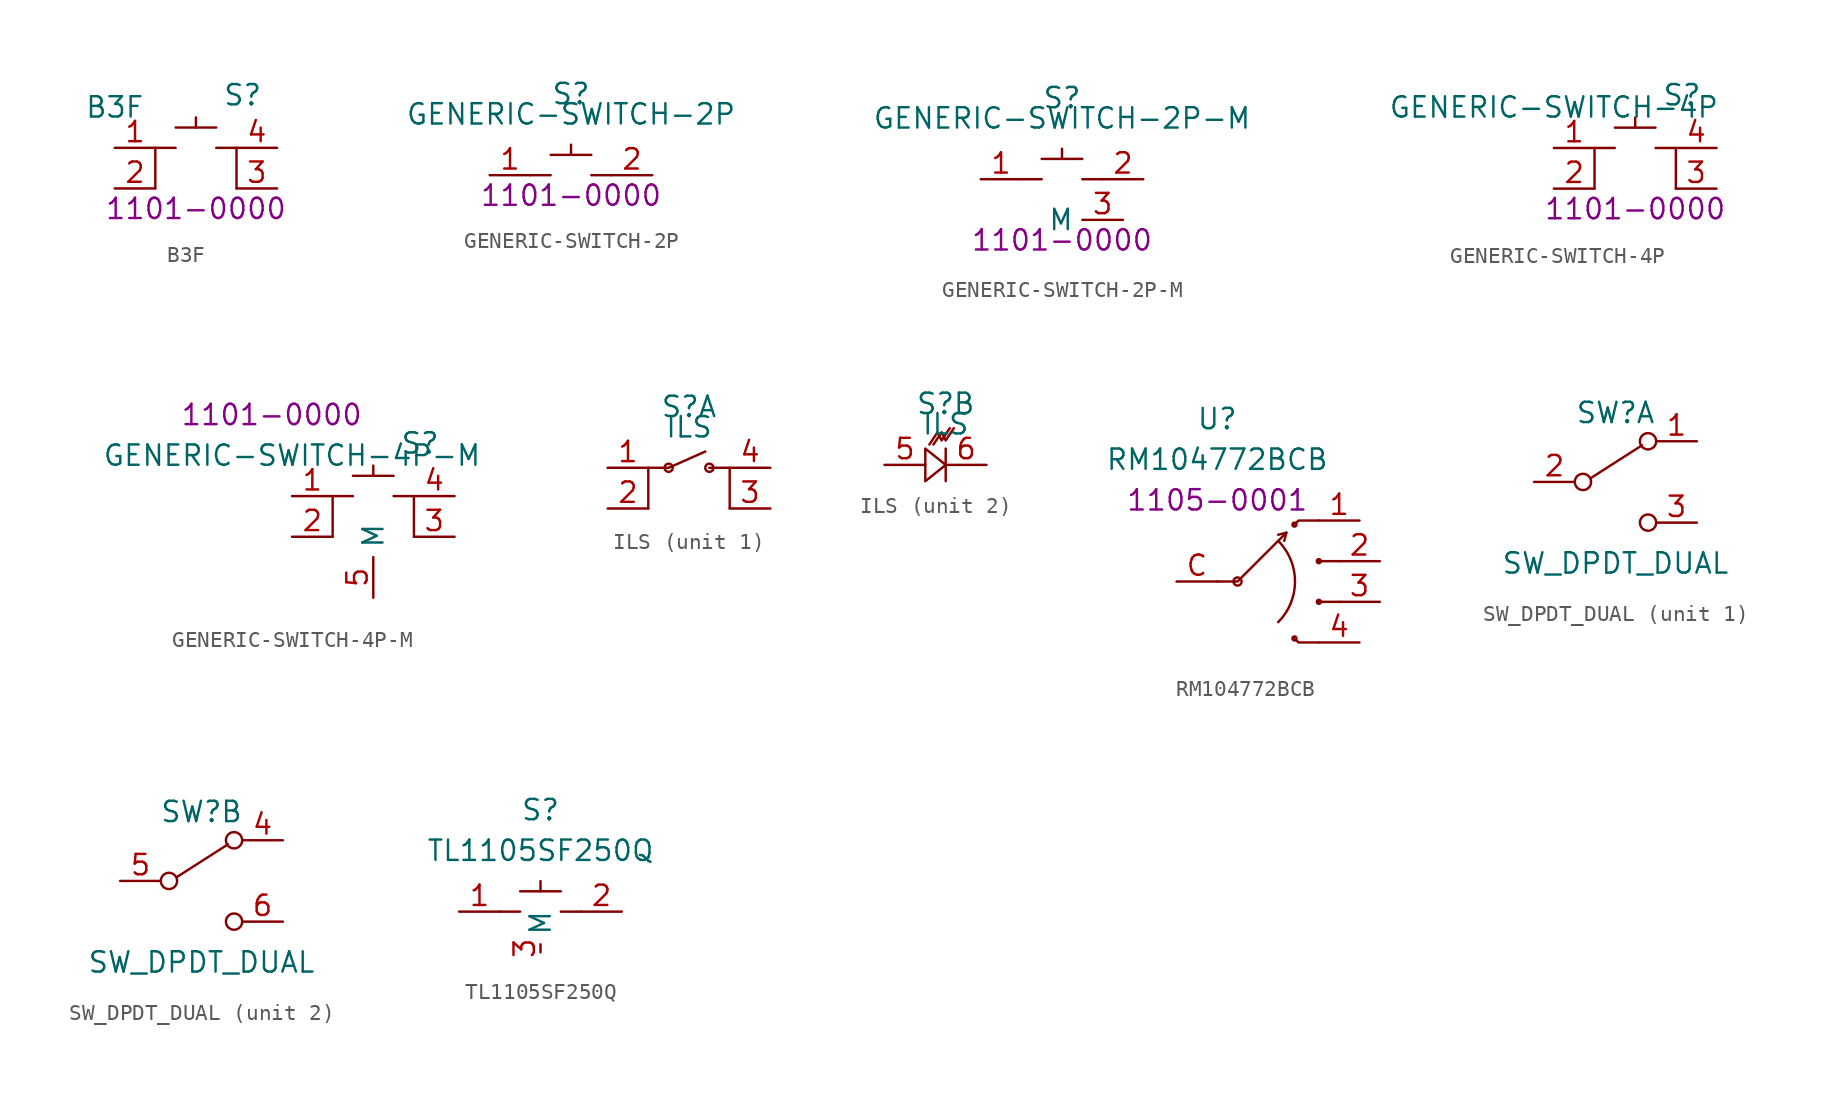
<source format=kicad_sym>
(kicad_symbol_lib
  (version 20220914)
  (generator kicad_symbol_editor)
  (symbol "B3F"
    (property "Reference" "S"
      (at 2.921 3.302 0)
      (effects (font (size 1.27 1.27))))
    (property "Value" "B3F"
      (at -5.08 2.54 0)
      (effects (font (size 1.27 1.27))))
    (property "PartNumber" "1101-0000"
      (at 0 -3.81 0)
      (effects (font (size 1.27 1.27))))
    (symbol "B3F_0_0"
      (polyline (pts (xy -1.27 1.27) (xy 1.27 1.27)) (stroke (width 0) (type default)) (fill (type none)))
      (polyline (pts (xy 0 1.27) (xy 0 1.905)) (stroke (width 0) (type default)) (fill (type none)))
      (polyline (pts (xy -1.27 0) (xy -2.54 0) (xy -2.54 -2.54)) (stroke (width 0) (type default)) (fill (type none)))
      (polyline (pts (xy 1.27 0) (xy 2.54 0) (xy 2.54 -2.54)) (stroke (width 0) (type default)) (fill (type none)))
      (pin passive line (at -5.08 0 0) (length 2.54) (name "~" (effects (font (size 1.27 1.27)))) (number "1" (effects (font (size 1.27 1.27)))))
      (pin passive line (at -5.08 -2.54 0) (length 2.54) (name "~" (effects (font (size 1.27 1.27)))) (number "2" (effects (font (size 1.27 1.27)))))
      (pin passive line (at 5.08 -2.54 180) (length 2.54) (name "~" (effects (font (size 1.27 1.27)))) (number "3" (effects (font (size 1.27 1.27)))))
      (pin passive line (at 5.08 0 180) (length 2.54) (name "~" (effects (font (size 1.27 1.27)))) (number "4" (effects (font (size 1.27 1.27)))))))
  (symbol "GENERIC-SWITCH-2P"
    (property "Reference" "S"
      (at 0 5.08 0)
      (effects (font (size 1.27 1.27))))
    (property "Value" "GENERIC-SWITCH-2P"
      (at 0 3.81 0)
      (effects (font (size 1.27 1.27))))
    (property "PartNumber" "1101-0000"
      (at 0 -1.27 0)
      (effects (font (size 1.27 1.27))))
    (symbol "GENERIC-SWITCH-2P_0_0"
      (polyline (pts (xy -2.54 0) (xy -1.27 0)) (stroke (width 0) (type default)) (fill (type none)))
      (polyline (pts (xy -1.27 1.27) (xy 1.27 1.27)) (stroke (width 0) (type default)) (fill (type none)))
      (polyline (pts (xy 0 1.27) (xy 0 1.905)) (stroke (width 0) (type default)) (fill (type none)))
      (polyline (pts (xy 2.54 0) (xy 1.27 0)) (stroke (width 0) (type default)) (fill (type none)))
      (pin passive line (at -5.08 0 0) (length 2.54) (name "~" (effects (font (size 1.27 1.27)))) (number "1" (effects (font (size 1.27 1.27)))))
      (pin passive line (at 5.08 0 180) (length 2.54) (name "~" (effects (font (size 1.27 1.27)))) (number "2" (effects (font (size 1.27 1.27)))))))
  (symbol "GENERIC-SWITCH-2P-M"
    (property "Reference" "S"
      (at 0 5.08 0)
      (effects (font (size 1.27 1.27))))
    (property "Value" "GENERIC-SWITCH-2P-M"
      (at 0 3.81 0)
      (effects (font (size 1.27 1.27))))
    (property "PartNumber" "1101-0000"
      (at 0 -3.81 0)
      (effects (font (size 1.27 1.27))))
    (symbol "GENERIC-SWITCH-2P-M_0_0"
      (polyline (pts (xy -2.54 0) (xy -1.27 0)) (stroke (width 0) (type default)) (fill (type none)))
      (polyline (pts (xy -1.27 1.27) (xy 1.27 1.27)) (stroke (width 0) (type default)) (fill (type none)))
      (polyline (pts (xy 0 1.27) (xy 0 1.905)) (stroke (width 0) (type default)) (fill (type none)))
      (polyline (pts (xy 2.54 0) (xy 1.27 0)) (stroke (width 0) (type default)) (fill (type none)))
      (pin passive line (at -5.08 0 0) (length 2.54) (name "~" (effects (font (size 1.27 1.27)))) (number "1" (effects (font (size 1.27 1.27)))))
      (pin passive line (at 5.08 0 180) (length 2.54) (name "~" (effects (font (size 1.27 1.27)))) (number "2" (effects (font (size 1.27 1.27)))))
      (pin passive line (at 3.81 -2.54 180) (length 2.54) (name "M" (effects (font (size 1.27 1.27)))) (number "3" (effects (font (size 1.27 1.27)))))))
  (symbol "GENERIC-SWITCH-4P"
    (property "Reference" "S"
      (at 2.921 3.302 0)
      (effects (font (size 1.27 1.27))))
    (property "Value" "GENERIC-SWITCH-4P"
      (at -5.08 2.54 0)
      (effects (font (size 1.27 1.27))))
    (property "PartNumber" "1101-0000"
      (at 0 -3.81 0)
      (effects (font (size 1.27 1.27))))
    (symbol "GENERIC-SWITCH-4P_0_0"
      (polyline (pts (xy -1.27 1.27) (xy 1.27 1.27)) (stroke (width 0) (type default)) (fill (type none)))
      (polyline (pts (xy 0 1.27) (xy 0 1.905)) (stroke (width 0) (type default)) (fill (type none)))
      (polyline (pts (xy -1.27 0) (xy -2.54 0) (xy -2.54 -2.54)) (stroke (width 0) (type default)) (fill (type none)))
      (polyline (pts (xy 1.27 0) (xy 2.54 0) (xy 2.54 -2.54)) (stroke (width 0) (type default)) (fill (type none)))
      (pin passive line (at -5.08 0 0) (length 2.54) (name "~" (effects (font (size 1.27 1.27)))) (number "1" (effects (font (size 1.27 1.27)))))
      (pin passive line (at -5.08 -2.54 0) (length 2.54) (name "~" (effects (font (size 1.27 1.27)))) (number "2" (effects (font (size 1.27 1.27)))))
      (pin passive line (at 5.08 -2.54 180) (length 2.54) (name "~" (effects (font (size 1.27 1.27)))) (number "3" (effects (font (size 1.27 1.27)))))
      (pin passive line (at 5.08 0 180) (length 2.54) (name "~" (effects (font (size 1.27 1.27)))) (number "4" (effects (font (size 1.27 1.27)))))))
  (symbol "GENERIC-SWITCH-4P-M"
    (property "Reference" "S"
      (at 2.921 3.302 0)
      (effects (font (size 1.27 1.27))))
    (property "Value" "GENERIC-SWITCH-4P-M"
      (at -5.08 2.54 0)
      (effects (font (size 1.27 1.27))))
    (property "PartNumber" "1101-0000"
      (at -6.35 5.08 0)
      (effects (font (size 1.27 1.27))))
    (symbol "GENERIC-SWITCH-4P-M_0_0"
      (polyline (pts (xy -1.27 1.27) (xy 1.27 1.27)) (stroke (width 0) (type default)) (fill (type none)))
      (polyline (pts (xy 0 1.27) (xy 0 1.905)) (stroke (width 0) (type default)) (fill (type none)))
      (polyline (pts (xy -1.27 0) (xy -2.54 0) (xy -2.54 -2.54)) (stroke (width 0) (type default)) (fill (type none)))
      (polyline (pts (xy 1.27 0) (xy 2.54 0) (xy 2.54 -2.54)) (stroke (width 0) (type default)) (fill (type none)))
      (pin passive line (at -5.08 0 0) (length 2.54) (name "~" (effects (font (size 1.27 1.27)))) (number "1" (effects (font (size 1.27 1.27)))))
      (pin passive line (at -5.08 -2.54 0) (length 2.54) (name "~" (effects (font (size 1.27 1.27)))) (number "2" (effects (font (size 1.27 1.27)))))
      (pin passive line (at 5.08 -2.54 180) (length 2.54) (name "~" (effects (font (size 1.27 1.27)))) (number "3" (effects (font (size 1.27 1.27)))))
      (pin passive line (at 5.08 0 180) (length 2.54) (name "~" (effects (font (size 1.27 1.27)))) (number "4" (effects (font (size 1.27 1.27)))))
      (pin passive line (at 0 -6.35 90) (length 2.54) (name "M" (effects (font (size 1.27 1.27)))) (number "5" (effects (font (size 1.27 1.27)))))))
  (symbol "ILS"
    (pin_names
      (offset 0.254))
    (property "Reference" "S"
      (at 0 3.81 0)
      (effects (font (size 1.27 1.27))))
    (property "Value" "ILS"
      (at 0 2.54 0)
      (effects (font (size 1.27 1.27))))
    (property "PartNumber" ""
      (at 0 0 0)
      (effects (font (size 1.27 1.27))))
    (property "ki_locked" ""
      (at 0 0 0)
      (effects (font (size 1.27 1.27))))
    (symbol "ILS_1_0"
      (polyline (pts (xy -1.27 0) (xy -2.54 0) (xy -2.54 -2.54)) (stroke (width 0) (type default)) (fill (type none)))
      (polyline (pts (xy 1.27 0) (xy 2.54 0) (xy 2.54 -2.54)) (stroke (width 0) (type default)) (fill (type none)))
      (pin passive line (at -5.08 0 0) (length 2.54) (name "~" (effects (font (size 1.27 1.27)))) (number "1" (effects (font (size 1.27 1.27)))))
      (pin passive line (at -5.08 -2.54 0) (length 2.54) (name "~" (effects (font (size 1.27 1.27)))) (number "2" (effects (font (size 1.27 1.27)))))
      (pin passive line (at 5.08 -2.54 180) (length 2.54) (name "~" (effects (font (size 1.27 1.27)))) (number "3" (effects (font (size 1.27 1.27)))))
      (pin passive line (at 5.08 0 180) (length 2.54) (name "~" (effects (font (size 1.27 1.27)))) (number "4" (effects (font (size 1.27 1.27))))))
    (symbol "ILS_1_1"
      (circle (center -1.27 0) (radius 0.254) (stroke (width 0) (type default)) (fill (type none)))
      (polyline (pts (xy -1.27 0) (xy 1.016 1.016)) (stroke (width 0) (type default)) (fill (type none)))
      (circle (center 1.27 0) (radius 0.254) (stroke (width 0) (type default)) (fill (type none))))
    (symbol "ILS_2_0"
      (pin passive line (at -3.81 0 0) (length 2.54) (name "~" (effects (font (size 1.27 1.27)))) (number "5" (effects (font (size 1.27 1.27)))))
      (pin passive line (at 2.54 0 180) (length 2.54) (name "~" (effects (font (size 1.27 1.27)))) (number "6" (effects (font (size 1.27 1.27))))))
    (symbol "ILS_2_1"
      (polyline (pts (xy 0 1.016) (xy 0 -1.016)) (stroke (width 0) (type default)) (fill (type none)))
      (polyline (pts (xy -1.27 1.016) (xy -1.27 -1.016) (xy 0 0) (xy -1.27 1.016)) (stroke (width 0) (type default)) (fill (type none)))
      (polyline (pts (xy -1.016 1.27) (xy -0.508 2.032) (xy -0.254 1.524) (xy 0.254 2.286)) (stroke (width 0) (type default)) (fill (type none)))
      (polyline (pts (xy -0.762 1.27) (xy -0.254 2.032) (xy 0 1.524) (xy 0.508 2.286)) (stroke (width 0) (type default)) (fill (type none)))))
  (symbol "RM104772BCB"
    (property "Reference" "U"
      (at 0 10.16 0)
      (effects (font (size 1.27 1.27))))
    (property "Value" "RM104772BCB"
      (at 0 7.62 0)
      (effects (font (size 1.27 1.27))))
    (property "PartNumber" "1105-0001"
      (at 0 5.08 0)
      (effects (font (size 1.27 1.27))))
    (symbol "RM104772BCB_0_0"
      (pin passive line (at 8.89 3.81 180) (length 2.54) (name "" (effects (font (size 1.27 1.27)))) (number "1" (effects (font (size 1.27 1.27)))))
      (pin passive line (at 10.16 1.27 180) (length 2.54) (name "" (effects (font (size 1.27 1.27)))) (number "2" (effects (font (size 1.27 1.27)))))
      (pin passive line (at 10.16 -1.27 180) (length 2.54) (name "" (effects (font (size 1.27 1.27)))) (number "3" (effects (font (size 1.27 1.27)))))
      (pin passive line (at 8.89 -3.81 180) (length 2.54) (name "" (effects (font (size 1.27 1.27)))) (number "4" (effects (font (size 1.27 1.27)))))
      (pin passive line (at -2.54 0 0) (length 2.54) (name "" (effects (font (size 1.27 1.27)))) (number "C" (effects (font (size 1.27 1.27))))))
    (symbol "RM104772BCB_0_1"
      (polyline (pts (xy 4.318 3.048) (xy 3.81 2.921)) (stroke (width 0) (type default)) (fill (type none)))
      (polyline (pts (xy 4.318 3.048) (xy 4.191 2.54)) (stroke (width 0) (type default)) (fill (type none)))
      (polyline (pts (xy 7.62 -1.27) (xy 6.35 -1.27)) (stroke (width 0) (type default)) (fill (type none)))
      (polyline (pts (xy 7.62 1.27) (xy 6.35 1.27)) (stroke (width 0) (type default)) (fill (type none)))
      (polyline (pts (xy 0 0) (xy 1.27 0) (xy 4.318 3.048)) (stroke (width 0) (type default)) (fill (type none)))
      (polyline (pts (xy 4.826 -3.556) (xy 5.08 -3.81) (xy 6.35 -3.81)) (stroke (width 0) (type default)) (fill (type none)))
      (polyline (pts (xy 4.826 3.556) (xy 5.08 3.81) (xy 6.35 3.81)) (stroke (width 0) (type default)) (fill (type none)))
      (circle (center 1.27 0) (radius 0.254) (stroke (width 0) (type default)) (fill (type none)))
      (arc (start 3.81 -2.54) (mid 4.8621 0) (end 3.81 2.54) (stroke (width 0) (type default)) (fill (type none)))
      (circle (center 4.826 -3.556) (radius 0.127) (stroke (width 0) (type default)) (fill (type none)))
      (circle (center 4.826 3.556) (radius 0.127) (stroke (width 0) (type default)) (fill (type none)))
      (circle (center 6.35 -1.27) (radius 0.127) (stroke (width 0) (type default)) (fill (type none)))
      (circle (center 6.35 1.27) (radius 0.127) (stroke (width 0) (type default)) (fill (type none)))))
  (symbol "SW_DPDT_DUAL"
    (pin_names
      (offset 0) hide)
    (property "Reference" "SW"
      (at 0 4.318 0)
      (effects (font (size 1.27 1.27))))
    (property "Value" "SW_DPDT_DUAL"
      (at 0 -5.08 0)
      (effects (font (size 1.27 1.27))))
    (symbol "SW_DPDT_DUAL_0_0"
      (circle (center -2.032 0) (radius 0.508) (stroke (width 0) (type default)) (fill (type none)))
      (circle (center 2.032 -2.54) (radius 0.508) (stroke (width 0) (type default)) (fill (type none))))
    (symbol "SW_DPDT_DUAL_0_1"
      (polyline (pts (xy -1.524 0.254) (xy 1.651 2.286)) (stroke (width 0) (type default)) (fill (type none)))
      (circle (center 2.032 2.54) (radius 0.508) (stroke (width 0) (type default)) (fill (type none))))
    (symbol "SW_DPDT_DUAL_1_1"
      (pin passive line (at 5.08 2.54 180) (length 2.54) (name "A" (effects (font (size 1.27 1.27)))) (number "1" (effects (font (size 1.27 1.27)))))
      (pin passive line (at -5.08 0 0) (length 2.54) (name "B" (effects (font (size 1.27 1.27)))) (number "2" (effects (font (size 1.27 1.27)))))
      (pin passive line (at 5.08 -2.54 180) (length 2.54) (name "C" (effects (font (size 1.27 1.27)))) (number "3" (effects (font (size 1.27 1.27))))))
    (symbol "SW_DPDT_DUAL_2_1"
      (pin passive line (at 5.08 2.54 180) (length 2.54) (name "A" (effects (font (size 1.27 1.27)))) (number "4" (effects (font (size 1.27 1.27)))))
      (pin passive line (at -5.08 0 0) (length 2.54) (name "B" (effects (font (size 1.27 1.27)))) (number "5" (effects (font (size 1.27 1.27)))))
      (pin passive line (at 5.08 -2.54 180) (length 2.54) (name "C" (effects (font (size 1.27 1.27)))) (number "6" (effects (font (size 1.27 1.27)))))))
  (symbol "TL1105SF250Q"
    (property "Reference" "S"
      (at 0 6.35 0)
      (effects (font (size 1.27 1.27))))
    (property "Value" "TL1105SF250Q"
      (at 0 3.81 0)
      (effects (font (size 1.27 1.27))))
    (symbol "TL1105SF250Q_0_0"
      (polyline (pts (xy -2.54 0) (xy -1.27 0)) (stroke (width 0) (type default)) (fill (type none)))
      (polyline (pts (xy -1.27 1.27) (xy 1.27 1.27)) (stroke (width 0) (type default)) (fill (type none)))
      (polyline (pts (xy 0 1.27) (xy 0 1.905)) (stroke (width 0) (type default)) (fill (type none)))
      (polyline (pts (xy 2.54 0) (xy 1.27 0)) (stroke (width 0) (type default)) (fill (type none)))
      (pin passive line (at -5.08 0 0) (length 2.54) (name "~" (effects (font (size 1.27 1.27)))) (number "1" (effects (font (size 1.27 1.27)))))
      (pin passive line (at 5.08 0 180) (length 2.54) (name "~" (effects (font (size 1.27 1.27)))) (number "2" (effects (font (size 1.27 1.27)))))
      (pin passive line (at 0 -2.54 90) (length 0.5) (name "M" (effects (font (size 1.27 1.27)))) (number "3" (effects (font (size 1.27 1.27))))))))
</source>
